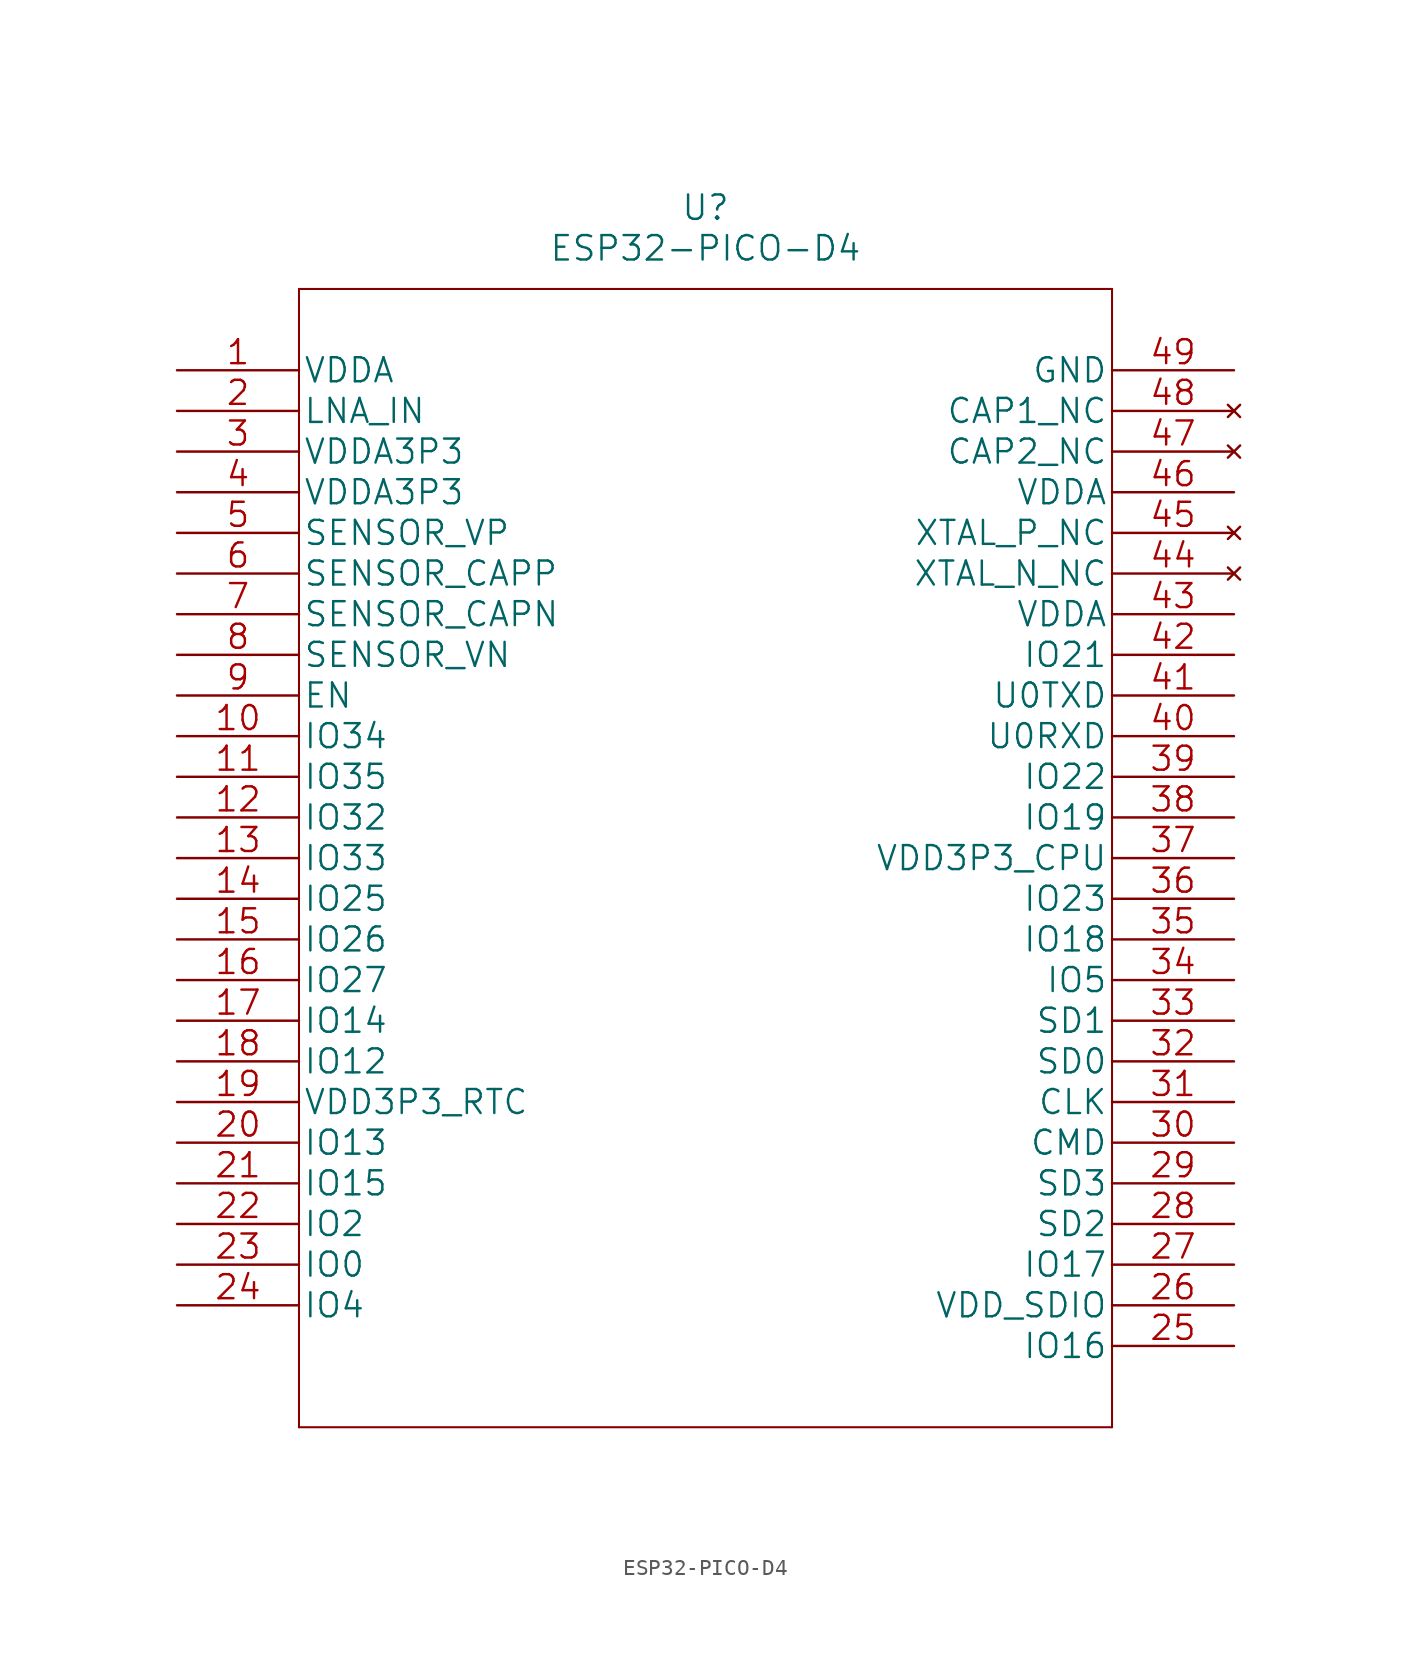
<source format=kicad_sym>
(kicad_symbol_lib
  (version 20211014)
  (generator kicad_symbol_editor)
  (symbol "ESP32-PICO-D4"
    (pin_names
      (offset 0.254))
    (property "Reference" "U"
      (at 33.02 10.16 0)
      (effects (font (size 1.524 1.524))))
    (property "Value" "ESP32-PICO-D4"
      (at 33.02 7.62 0)
      (effects (font (size 1.524 1.524))))
    (property "Datasheet" ""
      (at 0 0 0)
      (effects (font (size 1.524 1.524))))
    (property "ki_locked" ""
      (at 0 0 0)
      (effects (font (size 1.27 1.27))))
    (symbol "ESP32-PICO-D4_1_1"
      (polyline (pts (xy 7.62 -66.04) (xy 58.42 -66.04)) (stroke (width 0.127) (type default) (color 0 0 0 0)) (fill (type none)))
      (polyline (pts (xy 7.62 5.08) (xy 7.62 -66.04)) (stroke (width 0.127) (type default) (color 0 0 0 0)) (fill (type none)))
      (polyline (pts (xy 58.42 -66.04) (xy 58.42 5.08)) (stroke (width 0.127) (type default) (color 0 0 0 0)) (fill (type none)))
      (polyline (pts (xy 58.42 5.08) (xy 7.62 5.08)) (stroke (width 0.127) (type default) (color 0 0 0 0)) (fill (type none)))
      (pin power_in line (at 0 0 0) (length 7.62) (name "VDDA" (effects (font (size 1.499 1.499)))) (number "1" (effects (font (size 1.499 1.499)))))
      (pin input line (at 0 -22.86 0) (length 7.62) (name "IO34" (effects (font (size 1.499 1.499)))) (number "10" (effects (font (size 1.499 1.499)))))
      (pin input line (at 0 -25.4 0) (length 7.62) (name "IO35" (effects (font (size 1.499 1.499)))) (number "11" (effects (font (size 1.499 1.499)))))
      (pin bidirectional line (at 0 -27.94 0) (length 7.62) (name "IO32" (effects (font (size 1.499 1.499)))) (number "12" (effects (font (size 1.499 1.499)))))
      (pin bidirectional line (at 0 -30.48 0) (length 7.62) (name "IO33" (effects (font (size 1.499 1.499)))) (number "13" (effects (font (size 1.499 1.499)))))
      (pin bidirectional line (at 0 -33.02 0) (length 7.62) (name "IO25" (effects (font (size 1.499 1.499)))) (number "14" (effects (font (size 1.499 1.499)))))
      (pin bidirectional line (at 0 -35.56 0) (length 7.62) (name "IO26" (effects (font (size 1.499 1.499)))) (number "15" (effects (font (size 1.499 1.499)))))
      (pin bidirectional line (at 0 -38.1 0) (length 7.62) (name "IO27" (effects (font (size 1.499 1.499)))) (number "16" (effects (font (size 1.499 1.499)))))
      (pin bidirectional line (at 0 -40.64 0) (length 7.62) (name "IO14" (effects (font (size 1.499 1.499)))) (number "17" (effects (font (size 1.499 1.499)))))
      (pin bidirectional line (at 0 -43.18 0) (length 7.62) (name "IO12" (effects (font (size 1.499 1.499)))) (number "18" (effects (font (size 1.499 1.499)))))
      (pin power_in line (at 0 -45.72 0) (length 7.62) (name "VDD3P3_RTC" (effects (font (size 1.499 1.499)))) (number "19" (effects (font (size 1.499 1.499)))))
      (pin bidirectional line (at 0 -2.54 0) (length 7.62) (name "LNA_IN" (effects (font (size 1.499 1.499)))) (number "2" (effects (font (size 1.499 1.499)))))
      (pin bidirectional line (at 0 -48.26 0) (length 7.62) (name "IO13" (effects (font (size 1.499 1.499)))) (number "20" (effects (font (size 1.499 1.499)))))
      (pin bidirectional line (at 0 -50.8 0) (length 7.62) (name "IO15" (effects (font (size 1.499 1.499)))) (number "21" (effects (font (size 1.499 1.499)))))
      (pin bidirectional line (at 0 -53.34 0) (length 7.62) (name "IO2" (effects (font (size 1.499 1.499)))) (number "22" (effects (font (size 1.499 1.499)))))
      (pin bidirectional line (at 0 -55.88 0) (length 7.62) (name "IO0" (effects (font (size 1.499 1.499)))) (number "23" (effects (font (size 1.499 1.499)))))
      (pin bidirectional line (at 0 -58.42 0) (length 7.62) (name "IO4" (effects (font (size 1.499 1.499)))) (number "24" (effects (font (size 1.499 1.499)))))
      (pin bidirectional line (at 66.04 -60.96 180) (length 7.62) (name "IO16" (effects (font (size 1.499 1.499)))) (number "25" (effects (font (size 1.499 1.499)))))
      (pin power_in line (at 66.04 -58.42 180) (length 7.62) (name "VDD_SDIO" (effects (font (size 1.499 1.499)))) (number "26" (effects (font (size 1.499 1.499)))))
      (pin bidirectional line (at 66.04 -55.88 180) (length 7.62) (name "IO17" (effects (font (size 1.499 1.499)))) (number "27" (effects (font (size 1.499 1.499)))))
      (pin bidirectional line (at 66.04 -53.34 180) (length 7.62) (name "SD2" (effects (font (size 1.499 1.499)))) (number "28" (effects (font (size 1.499 1.499)))))
      (pin bidirectional line (at 66.04 -50.8 180) (length 7.62) (name "SD3" (effects (font (size 1.499 1.499)))) (number "29" (effects (font (size 1.499 1.499)))))
      (pin power_in line (at 0 -5.08 0) (length 7.62) (name "VDDA3P3" (effects (font (size 1.499 1.499)))) (number "3" (effects (font (size 1.499 1.499)))))
      (pin bidirectional line (at 66.04 -48.26 180) (length 7.62) (name "CMD" (effects (font (size 1.499 1.499)))) (number "30" (effects (font (size 1.499 1.499)))))
      (pin bidirectional line (at 66.04 -45.72 180) (length 7.62) (name "CLK" (effects (font (size 1.499 1.499)))) (number "31" (effects (font (size 1.499 1.499)))))
      (pin bidirectional line (at 66.04 -43.18 180) (length 7.62) (name "SD0" (effects (font (size 1.499 1.499)))) (number "32" (effects (font (size 1.499 1.499)))))
      (pin bidirectional line (at 66.04 -40.64 180) (length 7.62) (name "SD1" (effects (font (size 1.499 1.499)))) (number "33" (effects (font (size 1.499 1.499)))))
      (pin bidirectional line (at 66.04 -38.1 180) (length 7.62) (name "IO5" (effects (font (size 1.499 1.499)))) (number "34" (effects (font (size 1.499 1.499)))))
      (pin bidirectional line (at 66.04 -35.56 180) (length 7.62) (name "IO18" (effects (font (size 1.499 1.499)))) (number "35" (effects (font (size 1.499 1.499)))))
      (pin bidirectional line (at 66.04 -33.02 180) (length 7.62) (name "IO23" (effects (font (size 1.499 1.499)))) (number "36" (effects (font (size 1.499 1.499)))))
      (pin power_in line (at 66.04 -30.48 180) (length 7.62) (name "VDD3P3_CPU" (effects (font (size 1.499 1.499)))) (number "37" (effects (font (size 1.499 1.499)))))
      (pin bidirectional line (at 66.04 -27.94 180) (length 7.62) (name "IO19" (effects (font (size 1.499 1.499)))) (number "38" (effects (font (size 1.499 1.499)))))
      (pin bidirectional line (at 66.04 -25.4 180) (length 7.62) (name "IO22" (effects (font (size 1.499 1.499)))) (number "39" (effects (font (size 1.499 1.499)))))
      (pin power_in line (at 0 -7.62 0) (length 7.62) (name "VDDA3P3" (effects (font (size 1.499 1.499)))) (number "4" (effects (font (size 1.499 1.499)))))
      (pin bidirectional line (at 66.04 -22.86 180) (length 7.62) (name "U0RXD" (effects (font (size 1.499 1.499)))) (number "40" (effects (font (size 1.499 1.499)))))
      (pin bidirectional line (at 66.04 -20.32 180) (length 7.62) (name "U0TXD" (effects (font (size 1.499 1.499)))) (number "41" (effects (font (size 1.499 1.499)))))
      (pin bidirectional line (at 66.04 -17.78 180) (length 7.62) (name "IO21" (effects (font (size 1.499 1.499)))) (number "42" (effects (font (size 1.499 1.499)))))
      (pin power_in line (at 66.04 -15.24 180) (length 7.62) (name "VDDA" (effects (font (size 1.499 1.499)))) (number "43" (effects (font (size 1.499 1.499)))))
      (pin no_connect line (at 66.04 -12.7 180) (length 7.62) (name "XTAL_N_NC" (effects (font (size 1.499 1.499)))) (number "44" (effects (font (size 1.499 1.499)))))
      (pin no_connect line (at 66.04 -10.16 180) (length 7.62) (name "XTAL_P_NC" (effects (font (size 1.499 1.499)))) (number "45" (effects (font (size 1.499 1.499)))))
      (pin power_in line (at 66.04 -7.62 180) (length 7.62) (name "VDDA" (effects (font (size 1.499 1.499)))) (number "46" (effects (font (size 1.499 1.499)))))
      (pin no_connect line (at 66.04 -5.08 180) (length 7.62) (name "CAP2_NC" (effects (font (size 1.499 1.499)))) (number "47" (effects (font (size 1.499 1.499)))))
      (pin no_connect line (at 66.04 -2.54 180) (length 7.62) (name "CAP1_NC" (effects (font (size 1.499 1.499)))) (number "48" (effects (font (size 1.499 1.499)))))
      (pin power_in line (at 66.04 0 180) (length 7.62) (name "GND" (effects (font (size 1.499 1.499)))) (number "49" (effects (font (size 1.499 1.499)))))
      (pin input line (at 0 -10.16 0) (length 7.62) (name "SENSOR_VP" (effects (font (size 1.499 1.499)))) (number "5" (effects (font (size 1.499 1.499)))))
      (pin input line (at 0 -12.7 0) (length 7.62) (name "SENSOR_CAPP" (effects (font (size 1.499 1.499)))) (number "6" (effects (font (size 1.499 1.499)))))
      (pin input line (at 0 -15.24 0) (length 7.62) (name "SENSOR_CAPN" (effects (font (size 1.499 1.499)))) (number "7" (effects (font (size 1.499 1.499)))))
      (pin input line (at 0 -17.78 0) (length 7.62) (name "SENSOR_VN" (effects (font (size 1.499 1.499)))) (number "8" (effects (font (size 1.499 1.499)))))
      (pin input line (at 0 -20.32 0) (length 7.62) (name "EN" (effects (font (size 1.499 1.499)))) (number "9" (effects (font (size 1.499 1.499))))))))
</source>
